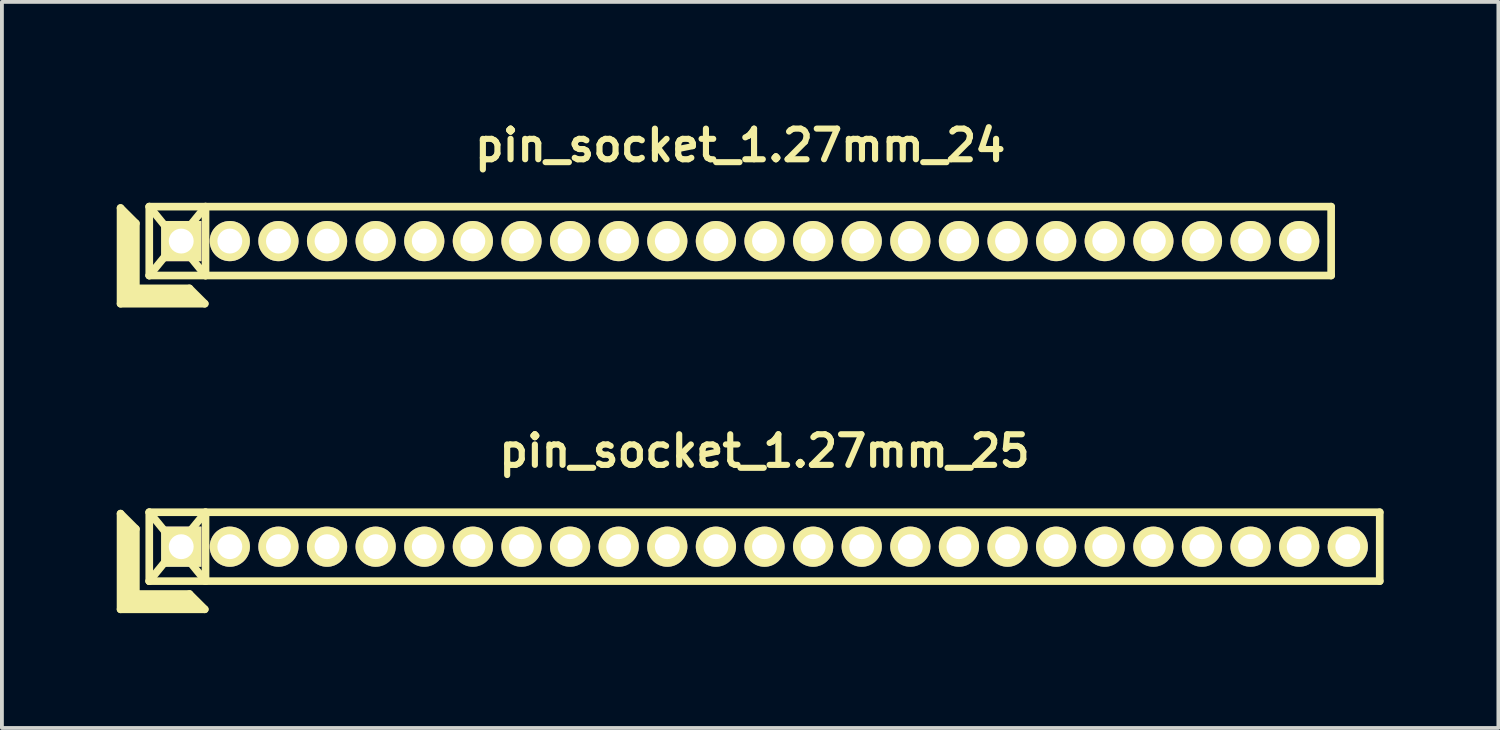
<source format=kicad_pcb>
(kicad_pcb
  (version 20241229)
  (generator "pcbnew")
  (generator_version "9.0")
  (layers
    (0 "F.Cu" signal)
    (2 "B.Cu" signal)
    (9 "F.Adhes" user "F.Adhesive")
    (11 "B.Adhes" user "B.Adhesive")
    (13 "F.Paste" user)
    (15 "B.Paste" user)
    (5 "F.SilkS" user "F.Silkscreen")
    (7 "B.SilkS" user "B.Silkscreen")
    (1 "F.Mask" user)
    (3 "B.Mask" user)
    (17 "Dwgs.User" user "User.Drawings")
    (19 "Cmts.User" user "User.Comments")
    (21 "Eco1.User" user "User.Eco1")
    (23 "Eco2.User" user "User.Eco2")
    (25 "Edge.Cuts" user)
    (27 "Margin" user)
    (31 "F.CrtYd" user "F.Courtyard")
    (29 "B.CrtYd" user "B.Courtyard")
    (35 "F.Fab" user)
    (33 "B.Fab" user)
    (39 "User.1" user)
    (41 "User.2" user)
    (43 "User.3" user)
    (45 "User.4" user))
  (footprint "pin_socket_1.27mm_25"
    (layer "F.Cu")
    (at 16.925 11.234)
    (property "Reference" "pin_socket_1.27mm_25" (at 0 -2.5 0) (layer "F.SilkS") (effects (font (size 0.8 0.8) (thickness 0.16))))
    (attr through_hole)
    (fp_line (start -16.825 -0.864) (end -16.825 1.636) (stroke (width 0.2) (type solid)) (layer "F.SilkS"))
    (fp_line (start -16.825 -0.864) (end -16.425 -0.464) (stroke (width 0.2) (type solid)) (layer "F.SilkS"))
    (fp_line (start -16.825 1.636) (end -14.625 1.636) (stroke (width 0.2) (type solid)) (layer "F.SilkS"))
    (fp_line (start -16.725 1.536) (end -16.725 -0.664) (stroke (width 0.2) (type solid)) (layer "F.SilkS"))
    (fp_line (start -16.725 1.536) (end -14.825 1.536) (stroke (width 0.2) (type solid)) (layer "F.SilkS"))
    (fp_line (start -16.625 1.436) (end -16.625 -0.564) (stroke (width 0.2) (type solid)) (layer "F.SilkS"))
    (fp_line (start -16.625 1.436) (end -14.925 1.436) (stroke (width 0.2) (type solid)) (layer "F.SilkS"))
    (fp_line (start -16.525 1.336) (end -16.525 -0.464) (stroke (width 0.2) (type solid)) (layer "F.SilkS"))
    (fp_line (start -16.525 1.336) (end -15.025 1.336) (stroke (width 0.2) (type solid)) (layer "F.SilkS"))
    (fp_line (start -16.425 1.236) (end -16.425 -0.464) (stroke (width 0.2) (type solid)) (layer "F.SilkS"))
    (fp_line (start -16.425 1.236) (end -15.025 1.236) (stroke (width 0.2) (type solid)) (layer "F.SilkS"))
    (fp_line (start -16.075 -0.9) (end -14.605 0.9) (stroke (width 0.2) (type solid)) (layer "F.SilkS"))
    (fp_line (start -16.075 -0.9) (end 16.075 -0.9) (stroke (width 0.2) (type solid)) (layer "F.SilkS"))
    (fp_line (start -16.075 0.9) (end -16.075 -0.9) (stroke (width 0.2) (type solid)) (layer "F.SilkS"))
    (fp_line (start -16.075 0.9) (end -14.605 -0.9) (stroke (width 0.2) (type solid)) (layer "F.SilkS"))
    (fp_line (start -15.025 1.236) (end -14.625 1.636) (stroke (width 0.2) (type solid)) (layer "F.SilkS"))
    (fp_line (start -14.605 -0.9) (end -14.605 0.9) (stroke (width 0.2) (type solid)) (layer "F.SilkS"))
    (fp_line (start 16.075 -0.9) (end 16.075 0.9) (stroke (width 0.2) (type solid)) (layer "F.SilkS"))
    (fp_line (start 16.075 0.9) (end -16.075 0.9) (stroke (width 0.2) (type solid)) (layer "F.SilkS"))
    (pad "1" thru_hole rect (at -15.24 0) (size 1.05 1.05) (drill 0.65) (layers "*.Cu" "*.Mask" "F.SilkS"))
    (pad "2" thru_hole oval (at -13.97 0) (size 1.05 1.05) (drill 0.65) (layers "*.Cu" "*.Mask" "F.SilkS"))
    (pad "3" thru_hole oval (at -12.7 0) (size 1.05 1.05) (drill 0.65) (layers "*.Cu" "*.Mask" "F.SilkS"))
    (pad "4" thru_hole oval (at -11.43 0) (size 1.05 1.05) (drill 0.65) (layers "*.Cu" "*.Mask" "F.SilkS"))
    (pad "5" thru_hole oval (at -10.16 0) (size 1.05 1.05) (drill 0.65) (layers "*.Cu" "*.Mask" "F.SilkS"))
    (pad "6" thru_hole oval (at -8.89 0) (size 1.05 1.05) (drill 0.65) (layers "*.Cu" "*.Mask" "F.SilkS"))
    (pad "7" thru_hole oval (at -7.62 0) (size 1.05 1.05) (drill 0.65) (layers "*.Cu" "*.Mask" "F.SilkS"))
    (pad "8" thru_hole oval (at -6.35 0) (size 1.05 1.05) (drill 0.65) (layers "*.Cu" "*.Mask" "F.SilkS"))
    (pad "9" thru_hole oval (at -5.08 0) (size 1.05 1.05) (drill 0.65) (layers "*.Cu" "*.Mask" "F.SilkS"))
    (pad "10" thru_hole oval (at -3.81 0) (size 1.05 1.05) (drill 0.65) (layers "*.Cu" "*.Mask" "F.SilkS"))
    (pad "11" thru_hole oval (at -2.54 0) (size 1.05 1.05) (drill 0.65) (layers "*.Cu" "*.Mask" "F.SilkS"))
    (pad "12" thru_hole oval (at -1.27 0) (size 1.05 1.05) (drill 0.65) (layers "*.Cu" "*.Mask" "F.SilkS"))
    (pad "13" thru_hole oval (at 0 0) (size 1.05 1.05) (drill 0.65) (layers "*.Cu" "*.Mask" "F.SilkS"))
    (pad "14" thru_hole oval (at 1.27 0) (size 1.05 1.05) (drill 0.65) (layers "*.Cu" "*.Mask" "F.SilkS"))
    (pad "15" thru_hole oval (at 2.54 0) (size 1.05 1.05) (drill 0.65) (layers "*.Cu" "*.Mask" "F.SilkS"))
    (pad "16" thru_hole oval (at 3.81 0) (size 1.05 1.05) (drill 0.65) (layers "*.Cu" "*.Mask" "F.SilkS"))
    (pad "17" thru_hole oval (at 5.08 0) (size 1.05 1.05) (drill 0.65) (layers "*.Cu" "*.Mask" "F.SilkS"))
    (pad "18" thru_hole oval (at 6.35 0) (size 1.05 1.05) (drill 0.65) (layers "*.Cu" "*.Mask" "F.SilkS"))
    (pad "19" thru_hole oval (at 7.62 0) (size 1.05 1.05) (drill 0.65) (layers "*.Cu" "*.Mask" "F.SilkS"))
    (pad "20" thru_hole oval (at 8.89 0) (size 1.05 1.05) (drill 0.65) (layers "*.Cu" "*.Mask" "F.SilkS"))
    (pad "21" thru_hole oval (at 10.16 0) (size 1.05 1.05) (drill 0.65) (layers "*.Cu" "*.Mask" "F.SilkS"))
    (pad "22" thru_hole oval (at 11.43 0) (size 1.05 1.05) (drill 0.65) (layers "*.Cu" "*.Mask" "F.SilkS"))
    (pad "23" thru_hole oval (at 12.7 0) (size 1.05 1.05) (drill 0.65) (layers "*.Cu" "*.Mask" "F.SilkS"))
    (pad "24" thru_hole oval (at 13.97 0) (size 1.05 1.05) (drill 0.65) (layers "*.Cu" "*.Mask" "F.SilkS"))
    (pad "25" thru_hole oval (at 15.24 0) (size 1.05 1.05) (drill 0.65) (layers "*.Cu" "*.Mask" "F.SilkS")))
  (footprint "pin_socket_1.27mm_24"
    (layer "F.Cu")
    (at 16.29 3.249)
    (property "Reference" "pin_socket_1.27mm_24" (at 0 -2.5 0) (layer "F.SilkS") (effects (font (size 0.8 0.8) (thickness 0.16))))
    (attr through_hole)
    (fp_line (start -16.19 -0.864) (end -16.19 1.636) (stroke (width 0.2) (type solid)) (layer "F.SilkS"))
    (fp_line (start -16.19 -0.864) (end -15.79 -0.464) (stroke (width 0.2) (type solid)) (layer "F.SilkS"))
    (fp_line (start -16.19 1.636) (end -13.99 1.636) (stroke (width 0.2) (type solid)) (layer "F.SilkS"))
    (fp_line (start -16.09 1.536) (end -16.09 -0.664) (stroke (width 0.2) (type solid)) (layer "F.SilkS"))
    (fp_line (start -16.09 1.536) (end -14.19 1.536) (stroke (width 0.2) (type solid)) (layer "F.SilkS"))
    (fp_line (start -15.99 1.436) (end -15.99 -0.564) (stroke (width 0.2) (type solid)) (layer "F.SilkS"))
    (fp_line (start -15.99 1.436) (end -14.29 1.436) (stroke (width 0.2) (type solid)) (layer "F.SilkS"))
    (fp_line (start -15.89 1.336) (end -15.89 -0.464) (stroke (width 0.2) (type solid)) (layer "F.SilkS"))
    (fp_line (start -15.89 1.336) (end -14.39 1.336) (stroke (width 0.2) (type solid)) (layer "F.SilkS"))
    (fp_line (start -15.79 1.236) (end -15.79 -0.464) (stroke (width 0.2) (type solid)) (layer "F.SilkS"))
    (fp_line (start -15.79 1.236) (end -14.39 1.236) (stroke (width 0.2) (type solid)) (layer "F.SilkS"))
    (fp_line (start -15.44 -0.9) (end -13.97 0.9) (stroke (width 0.2) (type solid)) (layer "F.SilkS"))
    (fp_line (start -15.44 -0.9) (end 15.44 -0.9) (stroke (width 0.2) (type solid)) (layer "F.SilkS"))
    (fp_line (start -15.44 0.9) (end -15.44 -0.9) (stroke (width 0.2) (type solid)) (layer "F.SilkS"))
    (fp_line (start -15.44 0.9) (end -13.97 -0.9) (stroke (width 0.2) (type solid)) (layer "F.SilkS"))
    (fp_line (start -14.39 1.236) (end -13.99 1.636) (stroke (width 0.2) (type solid)) (layer "F.SilkS"))
    (fp_line (start -13.97 -0.9) (end -13.97 0.9) (stroke (width 0.2) (type solid)) (layer "F.SilkS"))
    (fp_line (start 15.44 -0.9) (end 15.44 0.9) (stroke (width 0.2) (type solid)) (layer "F.SilkS"))
    (fp_line (start 15.44 0.9) (end -15.44 0.9) (stroke (width 0.2) (type solid)) (layer "F.SilkS"))
    (pad "1" thru_hole rect (at -14.605 0) (size 1.05 1.05) (drill 0.65) (layers "*.Cu" "*.Mask" "F.SilkS"))
    (pad "2" thru_hole oval (at -13.335 0) (size 1.05 1.05) (drill 0.65) (layers "*.Cu" "*.Mask" "F.SilkS"))
    (pad "3" thru_hole oval (at -12.065 0) (size 1.05 1.05) (drill 0.65) (layers "*.Cu" "*.Mask" "F.SilkS"))
    (pad "4" thru_hole oval (at -10.795 0) (size 1.05 1.05) (drill 0.65) (layers "*.Cu" "*.Mask" "F.SilkS"))
    (pad "5" thru_hole oval (at -9.525 0) (size 1.05 1.05) (drill 0.65) (layers "*.Cu" "*.Mask" "F.SilkS"))
    (pad "6" thru_hole oval (at -8.255 0) (size 1.05 1.05) (drill 0.65) (layers "*.Cu" "*.Mask" "F.SilkS"))
    (pad "7" thru_hole oval (at -6.985 0) (size 1.05 1.05) (drill 0.65) (layers "*.Cu" "*.Mask" "F.SilkS"))
    (pad "8" thru_hole oval (at -5.715 0) (size 1.05 1.05) (drill 0.65) (layers "*.Cu" "*.Mask" "F.SilkS"))
    (pad "9" thru_hole oval (at -4.445 0) (size 1.05 1.05) (drill 0.65) (layers "*.Cu" "*.Mask" "F.SilkS"))
    (pad "10" thru_hole oval (at -3.175 0) (size 1.05 1.05) (drill 0.65) (layers "*.Cu" "*.Mask" "F.SilkS"))
    (pad "11" thru_hole oval (at -1.905 0) (size 1.05 1.05) (drill 0.65) (layers "*.Cu" "*.Mask" "F.SilkS"))
    (pad "12" thru_hole oval (at -0.635 0) (size 1.05 1.05) (drill 0.65) (layers "*.Cu" "*.Mask" "F.SilkS"))
    (pad "13" thru_hole oval (at 0.635 0) (size 1.05 1.05) (drill 0.65) (layers "*.Cu" "*.Mask" "F.SilkS"))
    (pad "14" thru_hole oval (at 1.905 0) (size 1.05 1.05) (drill 0.65) (layers "*.Cu" "*.Mask" "F.SilkS"))
    (pad "15" thru_hole oval (at 3.175 0) (size 1.05 1.05) (drill 0.65) (layers "*.Cu" "*.Mask" "F.SilkS"))
    (pad "16" thru_hole oval (at 4.445 0) (size 1.05 1.05) (drill 0.65) (layers "*.Cu" "*.Mask" "F.SilkS"))
    (pad "17" thru_hole oval (at 5.715 0) (size 1.05 1.05) (drill 0.65) (layers "*.Cu" "*.Mask" "F.SilkS"))
    (pad "18" thru_hole oval (at 6.985 0) (size 1.05 1.05) (drill 0.65) (layers "*.Cu" "*.Mask" "F.SilkS"))
    (pad "19" thru_hole oval (at 8.255 0) (size 1.05 1.05) (drill 0.65) (layers "*.Cu" "*.Mask" "F.SilkS"))
    (pad "20" thru_hole oval (at 9.525 0) (size 1.05 1.05) (drill 0.65) (layers "*.Cu" "*.Mask" "F.SilkS"))
    (pad "21" thru_hole oval (at 10.795 0) (size 1.05 1.05) (drill 0.65) (layers "*.Cu" "*.Mask" "F.SilkS"))
    (pad "22" thru_hole oval (at 12.065 0) (size 1.05 1.05) (drill 0.65) (layers "*.Cu" "*.Mask" "F.SilkS"))
    (pad "23" thru_hole oval (at 13.335 0) (size 1.05 1.05) (drill 0.65) (layers "*.Cu" "*.Mask" "F.SilkS"))
    (pad "24" thru_hole oval (at 14.605 0) (size 1.05 1.05) (drill 0.65) (layers "*.Cu" "*.Mask" "F.SilkS")))
  (gr_rect
    (start -3 -3)
    (end 36.1 15.97)
    (stroke (width 0.1) (type default))
    (fill no)
    (layer "Edge.Cuts")))
</source>
